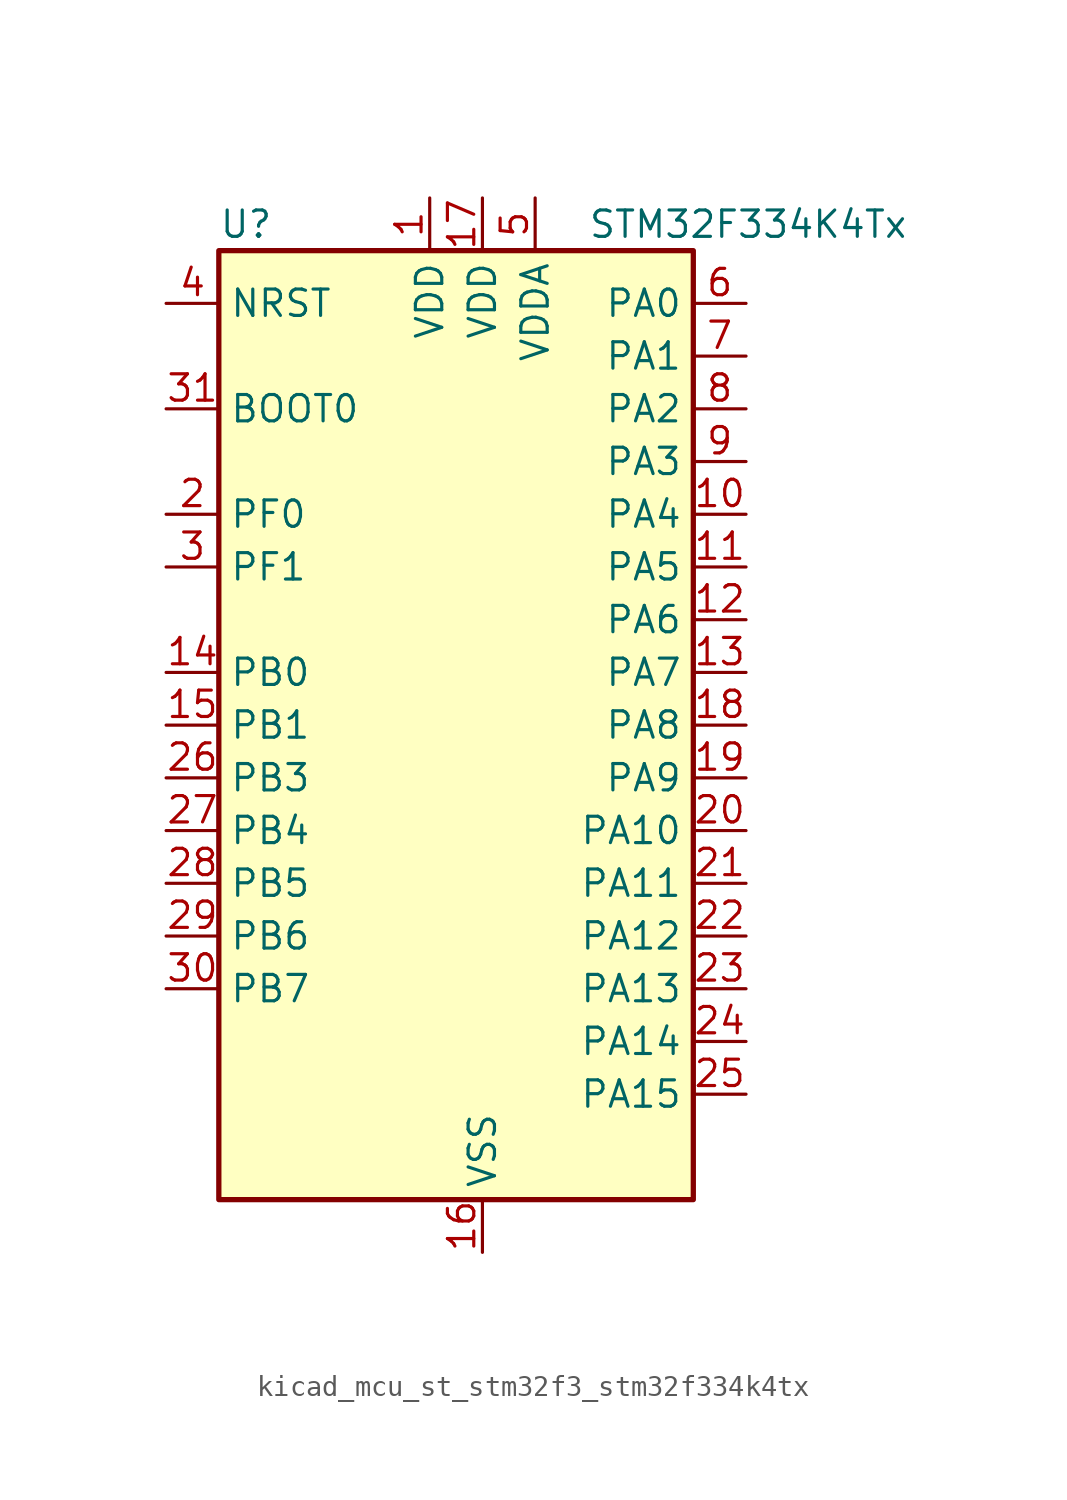
<source format=kicad_sym>
(kicad_symbol_lib
  (version 20220914)
  (generator kicad_symbol_editor)
  (symbol "kicad_mcu_st_stm32f3_stm32f334k4tx"
    (property "Reference" "U"
      (at -10.16 24.13 0)
      (effects (font (size 1.27 1.27)) (justify left)))
    (property "Value" "STM32F334K4Tx"
      (at 7.62 24.13 0)
      (effects (font (size 1.27 1.27)) (justify left)))
    (property "ki_locked" ""
      (at 0 0 0)
      (effects (font (size 1.27 1.27))))
    (symbol "kicad_mcu_st_stm32f3_stm32f334k4tx_0_1"
      (rectangle (start -10.16 -22.86) (end 12.7 22.86) (stroke (width 0.254) (type default)) (fill (type background))))
    (symbol "kicad_mcu_st_stm32f3_stm32f334k4tx_1_1"
      (pin power_in line (at 0 25.4 270) (length 2.54) (name "VDD" (effects (font (size 1.27 1.27)))) (number "1" (effects (font (size 1.27 1.27)))))
      (pin bidirectional line (at 15.24 10.16 180) (length 2.54) (name "PA4" (effects (font (size 1.27 1.27)))) (number "10" (effects (font (size 1.27 1.27)))) (alternate "ADC2_IN1" bidirectional line) (alternate "COMP2_INM" bidirectional line) (alternate "COMP4_INM" bidirectional line) (alternate "DAC1_OUT1" bidirectional line) (alternate "SPI1_NSS" bidirectional line) (alternate "TIM3_CH2" bidirectional line) (alternate "TSC_G2_IO1" bidirectional line) (alternate "USART2_CK" bidirectional line))
      (pin bidirectional line (at 15.24 7.62 180) (length 2.54) (name "PA5" (effects (font (size 1.27 1.27)))) (number "11" (effects (font (size 1.27 1.27)))) (alternate "ADC2_IN2" bidirectional line) (alternate "DAC1_OUT2" bidirectional line) (alternate "OPAMP2_VINM" bidirectional line) (alternate "OPAMP2_VINM_SEC" bidirectional line) (alternate "SPI1_SCK" bidirectional line) (alternate "TIM2_CH1" bidirectional line) (alternate "TIM2_ETR" bidirectional line) (alternate "TSC_G2_IO2" bidirectional line))
      (pin bidirectional line (at 15.24 5.08 180) (length 2.54) (name "PA6" (effects (font (size 1.27 1.27)))) (number "12" (effects (font (size 1.27 1.27)))) (alternate "ADC2_IN3" bidirectional line) (alternate "DAC2_OUT1" bidirectional line) (alternate "OPAMP2_DIG" bidirectional line) (alternate "OPAMP2_VOUT" bidirectional line) (alternate "SPI1_MISO" bidirectional line) (alternate "TIM16_CH1" bidirectional line) (alternate "TIM1_BKIN" bidirectional line) (alternate "TIM3_CH1" bidirectional line) (alternate "TSC_G2_IO3" bidirectional line))
      (pin bidirectional line (at 15.24 2.54 180) (length 2.54) (name "PA7" (effects (font (size 1.27 1.27)))) (number "13" (effects (font (size 1.27 1.27)))) (alternate "ADC2_IN4" bidirectional line) (alternate "COMP2_INP" bidirectional line) (alternate "OPAMP2_VINP" bidirectional line) (alternate "OPAMP2_VINP_SEC" bidirectional line) (alternate "SPI1_MOSI" bidirectional line) (alternate "TIM17_CH1" bidirectional line) (alternate "TIM1_CH1N" bidirectional line) (alternate "TIM3_CH2" bidirectional line) (alternate "TSC_G2_IO4" bidirectional line))
      (pin bidirectional line (at -12.7 2.54 0) (length 2.54) (name "PB0" (effects (font (size 1.27 1.27)))) (number "14" (effects (font (size 1.27 1.27)))) (alternate "ADC1_IN11" bidirectional line) (alternate "COMP4_INP" bidirectional line) (alternate "OPAMP2_VINP" bidirectional line) (alternate "OPAMP2_VINP_SEC" bidirectional line) (alternate "TIM1_CH2N" bidirectional line) (alternate "TIM3_CH3" bidirectional line) (alternate "TSC_G3_IO2" bidirectional line))
      (pin bidirectional line (at -12.7 0 0) (length 2.54) (name "PB1" (effects (font (size 1.27 1.27)))) (number "15" (effects (font (size 1.27 1.27)))) (alternate "ADC1_IN12" bidirectional line) (alternate "COMP4_OUT" bidirectional line) (alternate "HRTIM1_SCOUT" bidirectional line) (alternate "TIM1_CH3N" bidirectional line) (alternate "TIM3_CH4" bidirectional line) (alternate "TSC_G3_IO3" bidirectional line))
      (pin power_in line (at 2.54 -25.4 90) (length 2.54) (name "VSS" (effects (font (size 1.27 1.27)))) (number "16" (effects (font (size 1.27 1.27)))))
      (pin power_in line (at 2.54 25.4 270) (length 2.54) (name "VDD" (effects (font (size 1.27 1.27)))) (number "17" (effects (font (size 1.27 1.27)))))
      (pin bidirectional line (at 15.24 0 180) (length 2.54) (name "PA8" (effects (font (size 1.27 1.27)))) (number "18" (effects (font (size 1.27 1.27)))) (alternate "HRTIM1_CHA1" bidirectional line) (alternate "RCC_MCO" bidirectional line) (alternate "TIM1_CH1" bidirectional line) (alternate "USART1_CK" bidirectional line))
      (pin bidirectional line (at 15.24 -2.54 180) (length 2.54) (name "PA9" (effects (font (size 1.27 1.27)))) (number "19" (effects (font (size 1.27 1.27)))) (alternate "DAC1_EXTI9" bidirectional line) (alternate "DAC2_EXTI9" bidirectional line) (alternate "HRTIM1_CHA2" bidirectional line) (alternate "TIM15_BKIN" bidirectional line) (alternate "TIM1_CH2" bidirectional line) (alternate "TIM2_CH3" bidirectional line) (alternate "TSC_G4_IO1" bidirectional line) (alternate "USART1_TX" bidirectional line))
      (pin bidirectional line (at -12.7 10.16 0) (length 2.54) (name "PF0" (effects (font (size 1.27 1.27)))) (number "2" (effects (font (size 1.27 1.27)))) (alternate "RCC_OSC_IN" bidirectional line) (alternate "TIM1_CH3N" bidirectional line))
      (pin bidirectional line (at 15.24 -5.08 180) (length 2.54) (name "PA10" (effects (font (size 1.27 1.27)))) (number "20" (effects (font (size 1.27 1.27)))) (alternate "HRTIM1_CHB1" bidirectional line) (alternate "TIM17_BKIN" bidirectional line) (alternate "TIM1_CH3" bidirectional line) (alternate "TIM2_CH4" bidirectional line) (alternate "TSC_G4_IO2" bidirectional line) (alternate "USART1_RX" bidirectional line))
      (pin bidirectional line (at 15.24 -7.62 180) (length 2.54) (name "PA11" (effects (font (size 1.27 1.27)))) (number "21" (effects (font (size 1.27 1.27)))) (alternate "ADC1_EXTI11" bidirectional line) (alternate "ADC2_EXTI11" bidirectional line) (alternate "CAN_RX" bidirectional line) (alternate "HRTIM1_CHB2" bidirectional line) (alternate "TIM1_BKIN2" bidirectional line) (alternate "TIM1_CH1N" bidirectional line) (alternate "TIM1_CH4" bidirectional line) (alternate "USART1_CTS" bidirectional line))
      (pin bidirectional line (at 15.24 -10.16 180) (length 2.54) (name "PA12" (effects (font (size 1.27 1.27)))) (number "22" (effects (font (size 1.27 1.27)))) (alternate "CAN_TX" bidirectional line) (alternate "COMP2_OUT" bidirectional line) (alternate "HRTIM1_FLT1" bidirectional line) (alternate "TIM16_CH1" bidirectional line) (alternate "TIM1_CH2N" bidirectional line) (alternate "TIM1_ETR" bidirectional line) (alternate "USART1_DE" bidirectional line) (alternate "USART1_RTS" bidirectional line))
      (pin bidirectional line (at 15.24 -12.7 180) (length 2.54) (name "PA13" (effects (font (size 1.27 1.27)))) (number "23" (effects (font (size 1.27 1.27)))) (alternate "IR_OUT" bidirectional line) (alternate "SYS_JTMS-SWDIO" bidirectional line) (alternate "TIM16_CH1N" bidirectional line) (alternate "TSC_G4_IO3" bidirectional line))
      (pin bidirectional line (at 15.24 -15.24 180) (length 2.54) (name "PA14" (effects (font (size 1.27 1.27)))) (number "24" (effects (font (size 1.27 1.27)))) (alternate "I2C1_SDA" bidirectional line) (alternate "SYS_JTCK-SWCLK" bidirectional line) (alternate "TIM1_BKIN" bidirectional line) (alternate "TSC_G4_IO4" bidirectional line) (alternate "USART2_TX" bidirectional line))
      (pin bidirectional line (at 15.24 -17.78 180) (length 2.54) (name "PA15" (effects (font (size 1.27 1.27)))) (number "25" (effects (font (size 1.27 1.27)))) (alternate "ADC1_EXTI15" bidirectional line) (alternate "ADC2_EXTI15" bidirectional line) (alternate "HRTIM1_FLT2" bidirectional line) (alternate "I2C1_SCL" bidirectional line) (alternate "SPI1_NSS" bidirectional line) (alternate "SYS_JTDI" bidirectional line) (alternate "TIM1_BKIN" bidirectional line) (alternate "TIM2_CH1" bidirectional line) (alternate "TIM2_ETR" bidirectional line) (alternate "TSC_SYNC" bidirectional line) (alternate "USART2_RX" bidirectional line))
      (pin bidirectional line (at -12.7 -2.54 0) (length 2.54) (name "PB3" (effects (font (size 1.27 1.27)))) (number "26" (effects (font (size 1.27 1.27)))) (alternate "HRTIM1_EEV9" bidirectional line) (alternate "HRTIM1_SCOUT" bidirectional line) (alternate "SPI1_SCK" bidirectional line) (alternate "SYS_JTDO-TRACESWO" bidirectional line) (alternate "TIM2_CH2" bidirectional line) (alternate "TIM3_ETR" bidirectional line) (alternate "TSC_G5_IO1" bidirectional line) (alternate "USART2_TX" bidirectional line))
      (pin bidirectional line (at -12.7 -5.08 0) (length 2.54) (name "PB4" (effects (font (size 1.27 1.27)))) (number "27" (effects (font (size 1.27 1.27)))) (alternate "HRTIM1_EEV7" bidirectional line) (alternate "SPI1_MISO" bidirectional line) (alternate "SYS_NJTRST" bidirectional line) (alternate "TIM16_CH1" bidirectional line) (alternate "TIM17_BKIN" bidirectional line) (alternate "TIM3_CH1" bidirectional line) (alternate "TSC_G5_IO2" bidirectional line) (alternate "USART2_RX" bidirectional line))
      (pin bidirectional line (at -12.7 -7.62 0) (length 2.54) (name "PB5" (effects (font (size 1.27 1.27)))) (number "28" (effects (font (size 1.27 1.27)))) (alternate "HRTIM1_EEV6" bidirectional line) (alternate "I2C1_SMBA" bidirectional line) (alternate "SPI1_MOSI" bidirectional line) (alternate "TIM16_BKIN" bidirectional line) (alternate "TIM17_CH1" bidirectional line) (alternate "TIM3_CH2" bidirectional line) (alternate "USART2_CK" bidirectional line))
      (pin bidirectional line (at -12.7 -10.16 0) (length 2.54) (name "PB6" (effects (font (size 1.27 1.27)))) (number "29" (effects (font (size 1.27 1.27)))) (alternate "HRTIM1_EEV4" bidirectional line) (alternate "HRTIM1_SCIN" bidirectional line) (alternate "I2C1_SCL" bidirectional line) (alternate "TIM16_CH1N" bidirectional line) (alternate "TSC_G5_IO3" bidirectional line) (alternate "USART1_TX" bidirectional line))
      (pin bidirectional line (at -12.7 7.62 0) (length 2.54) (name "PF1" (effects (font (size 1.27 1.27)))) (number "3" (effects (font (size 1.27 1.27)))) (alternate "RCC_OSC_OUT" bidirectional line))
      (pin bidirectional line (at -12.7 -12.7 0) (length 2.54) (name "PB7" (effects (font (size 1.27 1.27)))) (number "30" (effects (font (size 1.27 1.27)))) (alternate "HRTIM1_EEV3" bidirectional line) (alternate "I2C1_SDA" bidirectional line) (alternate "TIM17_CH1N" bidirectional line) (alternate "TIM3_CH4" bidirectional line) (alternate "TSC_G5_IO4" bidirectional line) (alternate "USART1_RX" bidirectional line))
      (pin input line (at -12.7 15.24 0) (length 2.54) (name "BOOT0" (effects (font (size 1.27 1.27)))) (number "31" (effects (font (size 1.27 1.27)))))
      (pin passive line (at 2.54 -25.4 90) (length 2.54) hide (name "VSS" (effects (font (size 1.27 1.27)))) (number "32" (effects (font (size 1.27 1.27)))))
      (pin input line (at -12.7 20.32 0) (length 2.54) (name "NRST" (effects (font (size 1.27 1.27)))) (number "4" (effects (font (size 1.27 1.27)))))
      (pin power_in line (at 5.08 25.4 270) (length 2.54) (name "VDDA" (effects (font (size 1.27 1.27)))) (number "5" (effects (font (size 1.27 1.27)))))
      (pin bidirectional line (at 15.24 20.32 180) (length 2.54) (name "PA0" (effects (font (size 1.27 1.27)))) (number "6" (effects (font (size 1.27 1.27)))) (alternate "ADC1_IN1" bidirectional line) (alternate "RTC_TAMP2" bidirectional line) (alternate "SYS_WKUP1" bidirectional line) (alternate "TIM2_CH1" bidirectional line) (alternate "TIM2_ETR" bidirectional line) (alternate "TSC_G1_IO1" bidirectional line) (alternate "USART2_CTS" bidirectional line))
      (pin bidirectional line (at 15.24 17.78 180) (length 2.54) (name "PA1" (effects (font (size 1.27 1.27)))) (number "7" (effects (font (size 1.27 1.27)))) (alternate "ADC1_IN2" bidirectional line) (alternate "RTC_REFIN" bidirectional line) (alternate "TIM15_CH1N" bidirectional line) (alternate "TIM2_CH2" bidirectional line) (alternate "TSC_G1_IO2" bidirectional line) (alternate "USART2_DE" bidirectional line) (alternate "USART2_RTS" bidirectional line))
      (pin bidirectional line (at 15.24 15.24 180) (length 2.54) (name "PA2" (effects (font (size 1.27 1.27)))) (number "8" (effects (font (size 1.27 1.27)))) (alternate "ADC1_IN3" bidirectional line) (alternate "COMP2_INM" bidirectional line) (alternate "COMP2_OUT" bidirectional line) (alternate "TIM15_CH1" bidirectional line) (alternate "TIM2_CH3" bidirectional line) (alternate "TSC_G1_IO3" bidirectional line) (alternate "USART2_TX" bidirectional line))
      (pin bidirectional line (at 15.24 12.7 180) (length 2.54) (name "PA3" (effects (font (size 1.27 1.27)))) (number "9" (effects (font (size 1.27 1.27)))) (alternate "ADC1_IN4" bidirectional line) (alternate "TIM15_CH2" bidirectional line) (alternate "TIM2_CH4" bidirectional line) (alternate "TSC_G1_IO4" bidirectional line) (alternate "USART2_RX" bidirectional line)))))
</source>
